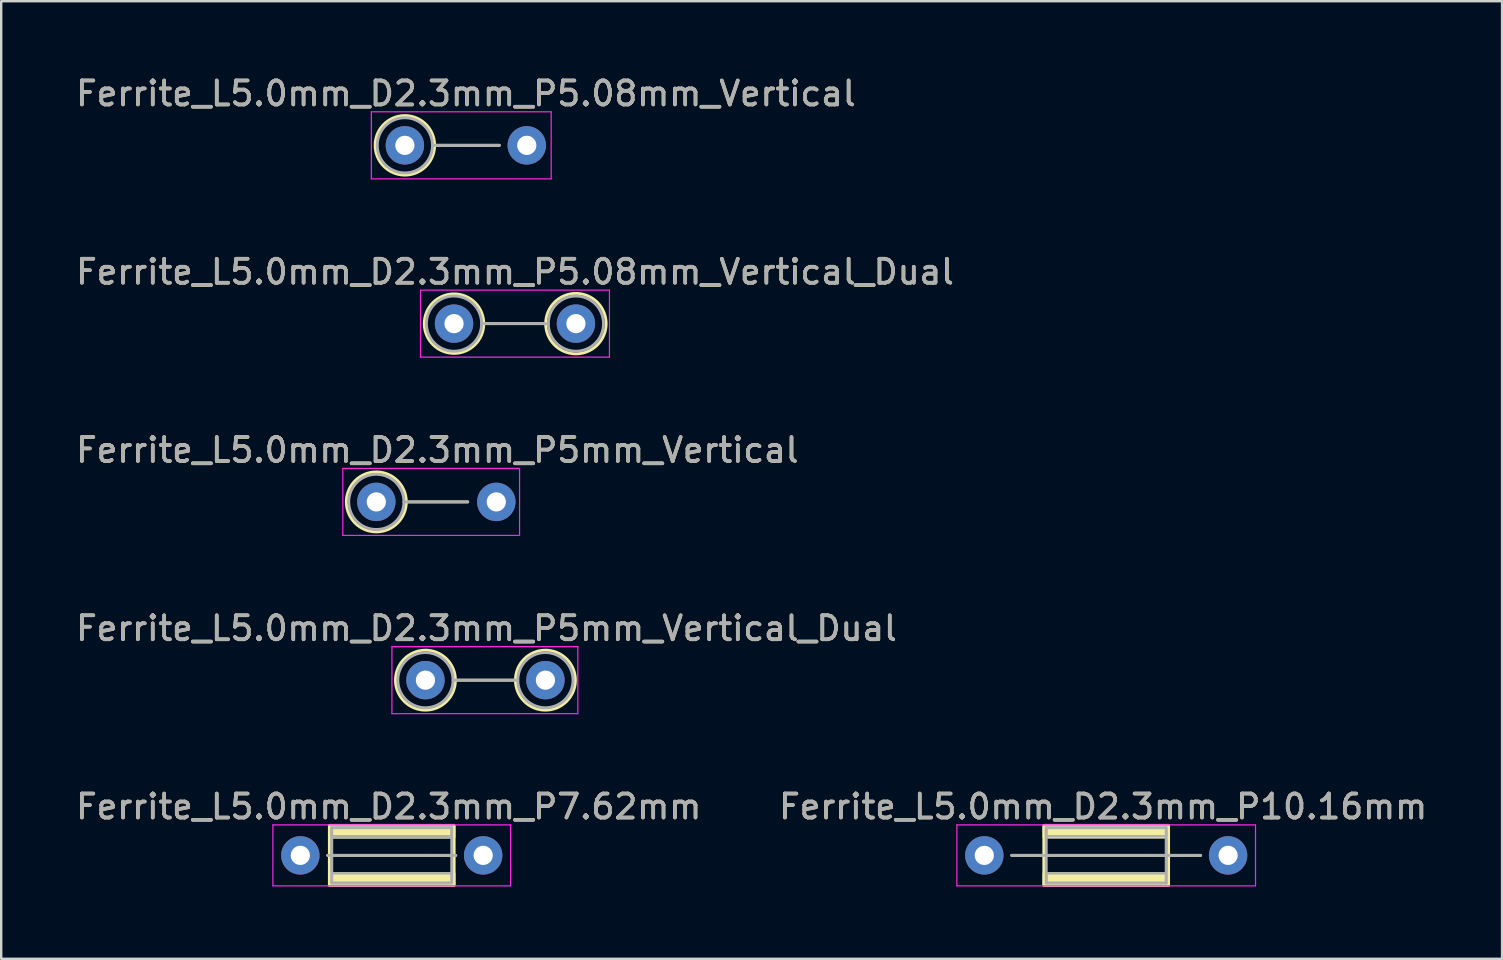
<source format=kicad_pcb>
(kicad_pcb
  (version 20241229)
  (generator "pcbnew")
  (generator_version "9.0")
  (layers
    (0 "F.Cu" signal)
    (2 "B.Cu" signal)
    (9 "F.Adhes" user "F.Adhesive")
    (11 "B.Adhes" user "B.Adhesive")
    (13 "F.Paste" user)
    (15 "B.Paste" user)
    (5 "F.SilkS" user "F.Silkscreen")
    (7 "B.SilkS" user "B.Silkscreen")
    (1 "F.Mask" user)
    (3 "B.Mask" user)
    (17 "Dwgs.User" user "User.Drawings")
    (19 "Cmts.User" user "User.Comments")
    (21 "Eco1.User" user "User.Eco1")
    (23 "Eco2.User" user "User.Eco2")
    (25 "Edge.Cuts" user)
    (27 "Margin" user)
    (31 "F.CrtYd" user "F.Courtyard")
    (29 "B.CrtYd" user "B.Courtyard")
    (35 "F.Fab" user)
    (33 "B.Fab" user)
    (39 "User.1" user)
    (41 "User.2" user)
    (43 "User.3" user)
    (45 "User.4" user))
  (footprint "Ferrite_L5.0mm_D2.3mm_P5.08mm_Vertical_Dual"
    (layer "F.Cu")
    (at 15.871 10.437)
    (property "Reference" "Ferrite_L5.0mm_D2.3mm_P5.08mm_Vertical_Dual" (at 2.54 -2.159 0) (layer "F.SilkS") (effects (font (size 1 1) (thickness 0.15))))
    (fp_line (start 1.24 0) (end 3.82 0) (stroke (width 0.12) (type solid)) (layer "F.SilkS"))
    (fp_circle (center 0 0) (end 1.24 0) (stroke (width 0.12) (type solid)) (fill no) (layer "F.SilkS"))
    (fp_circle (center 5.08 0) (end 6.34 0) (stroke (width 0.12) (type solid)) (fill no) (layer "F.SilkS"))
    (fp_line (start -1.397 -1.397) (end 6.477 -1.397) (stroke (width 0.05) (type solid)) (layer "F.CrtYd"))
    (fp_line (start -1.397 1.397) (end -1.397 -1.397) (stroke (width 0.05) (type solid)) (layer "F.CrtYd"))
    (fp_line (start 6.477 -1.397) (end 6.477 1.397) (stroke (width 0.05) (type solid)) (layer "F.CrtYd"))
    (fp_line (start 6.477 1.397) (end -1.397 1.397) (stroke (width 0.05) (type solid)) (layer "F.CrtYd"))
    (fp_line (start 1.15 0) (end 3.93 0) (stroke (width 0.12) (type solid)) (layer "F.Fab"))
    (fp_circle (center 0 0) (end 1.15 0) (stroke (width 0.12) (type solid)) (fill no) (layer "F.Fab"))
    (fp_circle (center 5.08 0) (end 6.23 0) (stroke (width 0.12) (type solid)) (fill no) (layer "F.Fab"))
    (fp_text user "${REFERENCE}" (at 2.54 -2.158 0) (layer "F.Fab") (effects (font (size 1 1) (thickness 0.15))))
    (pad "1" thru_hole circle (at 0 0) (size 1.6 1.6) (drill 0.8) (layers "*.Cu" "*.Mask"))
    (pad "2" thru_hole circle (at 5.08 0) (size 1.6 1.6) (drill 0.8) (layers "*.Cu" "*.Mask")))
  (footprint "Ferrite_L5.0mm_D2.3mm_P5mm_Vertical"
    (layer "F.Cu")
    (at 12.633 17.866)
    (property "Reference" "Ferrite_L5.0mm_D2.3mm_P5mm_Vertical" (at 2.54 -2.159 0) (layer "F.SilkS") (effects (font (size 1 1) (thickness 0.15))))
    (fp_line (start 1.25 0) (end 3.81 0) (stroke (width 0.12) (type solid)) (layer "F.SilkS"))
    (fp_circle (center 0 0) (end 1.25 0) (stroke (width 0.12) (type solid)) (fill no) (layer "F.SilkS"))
    (fp_line (start -1.397 -1.397) (end 5.969 -1.397) (stroke (width 0.05) (type solid)) (layer "F.CrtYd"))
    (fp_line (start -1.397 1.397) (end -1.397 -1.397) (stroke (width 0.05) (type solid)) (layer "F.CrtYd"))
    (fp_line (start 5.969 -1.397) (end 5.969 1.397) (stroke (width 0.05) (type solid)) (layer "F.CrtYd"))
    (fp_line (start 5.969 1.397) (end -1.397 1.397) (stroke (width 0.05) (type solid)) (layer "F.CrtYd"))
    (fp_line (start 1.15 0) (end 3.81 0) (stroke (width 0.12) (type solid)) (layer "F.Fab"))
    (fp_circle (center 0 0) (end 1.15 0) (stroke (width 0.12) (type solid)) (fill no) (layer "F.Fab"))
    (fp_text user "${REFERENCE}" (at 2.54 -2.158 0) (layer "F.Fab") (effects (font (size 1 1) (thickness 0.15))))
    (pad "1" thru_hole circle (at 0 0) (size 1.6 1.6) (drill 0.8) (layers "*.Cu" "*.Mask"))
    (pad "2" thru_hole circle (at 5 0) (size 1.6 1.6) (drill 0.8) (layers "*.Cu" "*.Mask")))
  (footprint "Ferrite_L5.0mm_D2.3mm_P10.16mm"
    (layer "F.Cu")
    (at 37.97 32.597)
    (property "Reference" "Ferrite_L5.0mm_D2.3mm_P10.16mm" (at 4.953 -2.032 0) (layer "F.SilkS") (effects (font (size 1 1) (thickness 0.15))))
    (fp_line (start 6.694 0.000002) (end 1.143 0) (stroke (width 0.12) (type solid)) (layer "F.SilkS"))
    (fp_line (start 6.694 0.000002) (end 9.017 0) (stroke (width 0.12) (type solid)) (layer "F.SilkS"))
    (fp_rect (start 2.48 -1.25) (end 7.68 1.25) (stroke (width 0.12) (type solid)) (fill no) (layer "F.SilkS"))
    (fp_poly (pts (xy 2.48 0.75) (xy 7.68 0.75) (xy 7.68 1.25) (xy 2.48 1.25)) (stroke (width 0.1) (type solid)) (fill yes) (layer "F.SilkS"))
    (fp_poly (pts (xy 7.68 -0.75) (xy 2.48 -0.75) (xy 2.48 -1.25) (xy 7.68 -1.25)) (stroke (width 0.1) (type solid)) (fill yes) (layer "F.SilkS"))
    (fp_line (start -1.143 -1.27) (end 11.303 -1.27) (stroke (width 0.05) (type solid)) (layer "F.CrtYd"))
    (fp_line (start -1.143 1.27) (end -1.143 -1.27) (stroke (width 0.05) (type solid)) (layer "F.CrtYd"))
    (fp_line (start 11.303 -1.27) (end 11.303 1.27) (stroke (width 0.05) (type solid)) (layer "F.CrtYd"))
    (fp_line (start 11.303 1.27) (end -1.143 1.27) (stroke (width 0.05) (type solid)) (layer "F.CrtYd"))
    (fp_line (start 2.58 -1.15) (end 7.58 -1.15) (stroke (width 0.12) (type solid)) (layer "F.Fab"))
    (fp_line (start 2.58 1.15) (end 2.58 -1.15) (stroke (width 0.12) (type solid)) (layer "F.Fab"))
    (fp_line (start 6.694 0.000002) (end 1.143 0) (stroke (width 0.12) (type solid)) (layer "F.Fab"))
    (fp_line (start 6.694 0.000002) (end 9.017 0) (stroke (width 0.12) (type solid)) (layer "F.Fab"))
    (fp_line (start 7.58 -1.15) (end 7.58 1.15) (stroke (width 0.12) (type solid)) (layer "F.Fab"))
    (fp_line (start 7.58 1.15) (end 2.58 1.15) (stroke (width 0.12) (type solid)) (layer "F.Fab"))
    (fp_poly (pts (xy 2.58 0.75) (xy 7.58 0.75) (xy 7.58 1.15) (xy 2.58 1.15)) (stroke (width 0.1) (type solid)) (fill no) (layer "F.Fab"))
    (fp_poly (pts (xy 7.58 -0.8) (xy 2.58 -0.8) (xy 2.58 -1.15) (xy 7.58 -1.15)) (stroke (width 0.1) (type solid)) (fill no) (layer "F.Fab"))
    (fp_text user "${REFERENCE}" (at 4.953 -2.031 0) (layer "F.Fab") (effects (font (size 1 1) (thickness 0.15))))
    (pad "1" thru_hole circle (at 0 0) (size 1.6 1.6) (drill 0.8) (layers "*.Cu" "*.Mask"))
    (pad "2" thru_hole circle (at 10.16 0) (size 1.6 1.6) (drill 0.8) (layers "*.Cu" "*.Mask")))
  (footprint "Ferrite_L5.0mm_D2.3mm_P5mm_Vertical_Dual"
    (layer "F.Cu")
    (at 14.68 25.295)
    (property "Reference" "Ferrite_L5.0mm_D2.3mm_P5mm_Vertical_Dual" (at 2.54 -2.159 0) (layer "F.SilkS") (effects (font (size 1 1) (thickness 0.15))))
    (fp_line (start 1.25 0) (end 3.75 0) (stroke (width 0.12) (type solid)) (layer "F.SilkS"))
    (fp_circle (center 0 0) (end 1.25 0) (stroke (width 0.12) (type solid)) (fill no) (layer "F.SilkS"))
    (fp_circle (center 5 0) (end 6.25 0) (stroke (width 0.12) (type solid)) (fill no) (layer "F.SilkS"))
    (fp_line (start -1.397 -1.397) (end 6.35 -1.397) (stroke (width 0.05) (type solid)) (layer "F.CrtYd"))
    (fp_line (start -1.397 1.397) (end -1.397 -1.397) (stroke (width 0.05) (type solid)) (layer "F.CrtYd"))
    (fp_line (start 6.35 -1.397) (end 6.35 1.397) (stroke (width 0.05) (type solid)) (layer "F.CrtYd"))
    (fp_line (start 6.35 1.397) (end -1.397 1.397) (stroke (width 0.05) (type solid)) (layer "F.CrtYd"))
    (fp_line (start 1.15 0) (end 3.85 0) (stroke (width 0.12) (type solid)) (layer "F.Fab"))
    (fp_circle (center 0 0) (end 1.15 0) (stroke (width 0.12) (type solid)) (fill no) (layer "F.Fab"))
    (fp_circle (center 5 0) (end 6.15 0) (stroke (width 0.12) (type solid)) (fill no) (layer "F.Fab"))
    (fp_text user "${REFERENCE}" (at 2.54 -2.158 0) (layer "F.Fab") (effects (font (size 1 1) (thickness 0.15))))
    (pad "1" thru_hole circle (at 0 0) (size 1.6 1.6) (drill 0.8) (layers "*.Cu" "*.Mask"))
    (pad "2" thru_hole circle (at 5 0) (size 1.6 1.6) (drill 0.8) (layers "*.Cu" "*.Mask")))
  (footprint "Ferrite_L5.0mm_D2.3mm_P5.08mm_Vertical"
    (layer "F.Cu")
    (at 13.823 3.007)
    (property "Reference" "Ferrite_L5.0mm_D2.3mm_P5.08mm_Vertical" (at 2.54 -2.159 0) (layer "F.SilkS") (effects (font (size 1 1) (thickness 0.15))))
    (fp_line (start 1.24 0) (end 3.937 0) (stroke (width 0.12) (type solid)) (layer "F.SilkS"))
    (fp_circle (center 0 0) (end 1.24 0) (stroke (width 0.12) (type solid)) (fill no) (layer "F.SilkS"))
    (fp_line (start -1.397 -1.397) (end 6.096 -1.397) (stroke (width 0.05) (type solid)) (layer "F.CrtYd"))
    (fp_line (start -1.397 1.397) (end -1.397 -1.397) (stroke (width 0.05) (type solid)) (layer "F.CrtYd"))
    (fp_line (start 6.096 -1.397) (end 6.096 1.397) (stroke (width 0.05) (type solid)) (layer "F.CrtYd"))
    (fp_line (start 6.096 1.397) (end -1.397 1.397) (stroke (width 0.05) (type solid)) (layer "F.CrtYd"))
    (fp_line (start 1.15 0) (end 3.937 0) (stroke (width 0.12) (type solid)) (layer "F.Fab"))
    (fp_circle (center 0 0) (end 1.15 0) (stroke (width 0.12) (type solid)) (fill no) (layer "F.Fab"))
    (fp_text user "${REFERENCE}" (at 2.54 -2.158 0) (layer "F.Fab") (effects (font (size 1 1) (thickness 0.15))))
    (pad "1" thru_hole circle (at 0 0) (size 1.6 1.6) (drill 0.8) (layers "*.Cu" "*.Mask"))
    (pad "2" thru_hole circle (at 5.08 0) (size 1.6 1.6) (drill 0.8) (layers "*.Cu" "*.Mask")))
  (footprint "Ferrite_L5.0mm_D2.3mm_P7.62mm"
    (layer "F.Cu")
    (at 9.466 32.597)
    (property "Reference" "Ferrite_L5.0mm_D2.3mm_P7.62mm" (at 3.683 -2.032 0) (layer "F.SilkS") (effects (font (size 1 1) (thickness 0.15))))
    (fp_line (start 5.424 0.000002) (end 1.143 0) (stroke (width 0.12) (type solid)) (layer "F.SilkS"))
    (fp_line (start 5.424 0.000002) (end 6.477 0) (stroke (width 0.12) (type solid)) (layer "F.SilkS"))
    (fp_rect (start 1.21 -1.25) (end 6.41 1.25) (stroke (width 0.12) (type solid)) (fill no) (layer "F.SilkS"))
    (fp_poly (pts (xy 1.21 -1.25) (xy 6.41 -1.25) (xy 6.41 -0.75) (xy 1.21 -0.75)) (stroke (width 0.1) (type solid)) (fill yes) (layer "F.SilkS"))
    (fp_poly (pts (xy 1.21 0.75) (xy 6.41 0.75) (xy 6.41 1.25) (xy 1.21 1.25)) (stroke (width 0.1) (type solid)) (fill yes) (layer "F.SilkS"))
    (fp_line (start -1.143 -1.27) (end 8.763 -1.27) (stroke (width 0.05) (type solid)) (layer "F.CrtYd"))
    (fp_line (start -1.143 1.27) (end -1.143 -1.27) (stroke (width 0.05) (type solid)) (layer "F.CrtYd"))
    (fp_line (start 8.763 -1.27) (end 8.763 1.27) (stroke (width 0.05) (type solid)) (layer "F.CrtYd"))
    (fp_line (start 8.763 1.27) (end -1.143 1.27) (stroke (width 0.05) (type solid)) (layer "F.CrtYd"))
    (fp_line (start 1.31 -1.15) (end 6.31 -1.15) (stroke (width 0.12) (type solid)) (layer "F.Fab"))
    (fp_line (start 1.31 1.15) (end 1.31 -1.15) (stroke (width 0.12) (type solid)) (layer "F.Fab"))
    (fp_line (start 5.424 0.000002) (end 1.143 0) (stroke (width 0.12) (type solid)) (layer "F.Fab"))
    (fp_line (start 5.424 0.000002) (end 6.477 0) (stroke (width 0.12) (type solid)) (layer "F.Fab"))
    (fp_line (start 6.31 -1.15) (end 6.31 1.15) (stroke (width 0.12) (type solid)) (layer "F.Fab"))
    (fp_line (start 6.31 1.15) (end 1.31 1.15) (stroke (width 0.12) (type solid)) (layer "F.Fab"))
    (fp_poly (pts (xy 1.31 -1.15) (xy 6.31 -1.15) (xy 6.31 -0.75) (xy 1.31 -0.75)) (stroke (width 0.1) (type solid)) (fill no) (layer "F.Fab"))
    (fp_poly (pts (xy 1.31 0.75) (xy 6.31 0.75) (xy 6.31 1.15) (xy 1.31 1.15)) (stroke (width 0.1) (type solid)) (fill no) (layer "F.Fab"))
    (fp_poly (pts (xy 6.31 -0.8) (xy 1.31 -0.8) (xy 1.31 -1.15) (xy 6.31 -1.15)) (stroke (width 0.1) (type solid)) (fill no) (layer "F.Fab"))
    (fp_text user "${REFERENCE}" (at 3.683 -2.031 0) (layer "F.Fab") (effects (font (size 1 1) (thickness 0.15))))
    (pad "1" thru_hole circle (at 0 0) (size 1.6 1.6) (drill 0.8) (layers "*.Cu" "*.Mask"))
    (pad "2" thru_hole circle (at 7.62 0) (size 1.6 1.6) (drill 0.8) (layers "*.Cu" "*.Mask")))
  (gr_rect
    (start -3 -3)
    (end 59.548 36.907)
    (stroke (width 0.1) (type default))
    (fill no)
    (layer "Edge.Cuts")))
</source>
